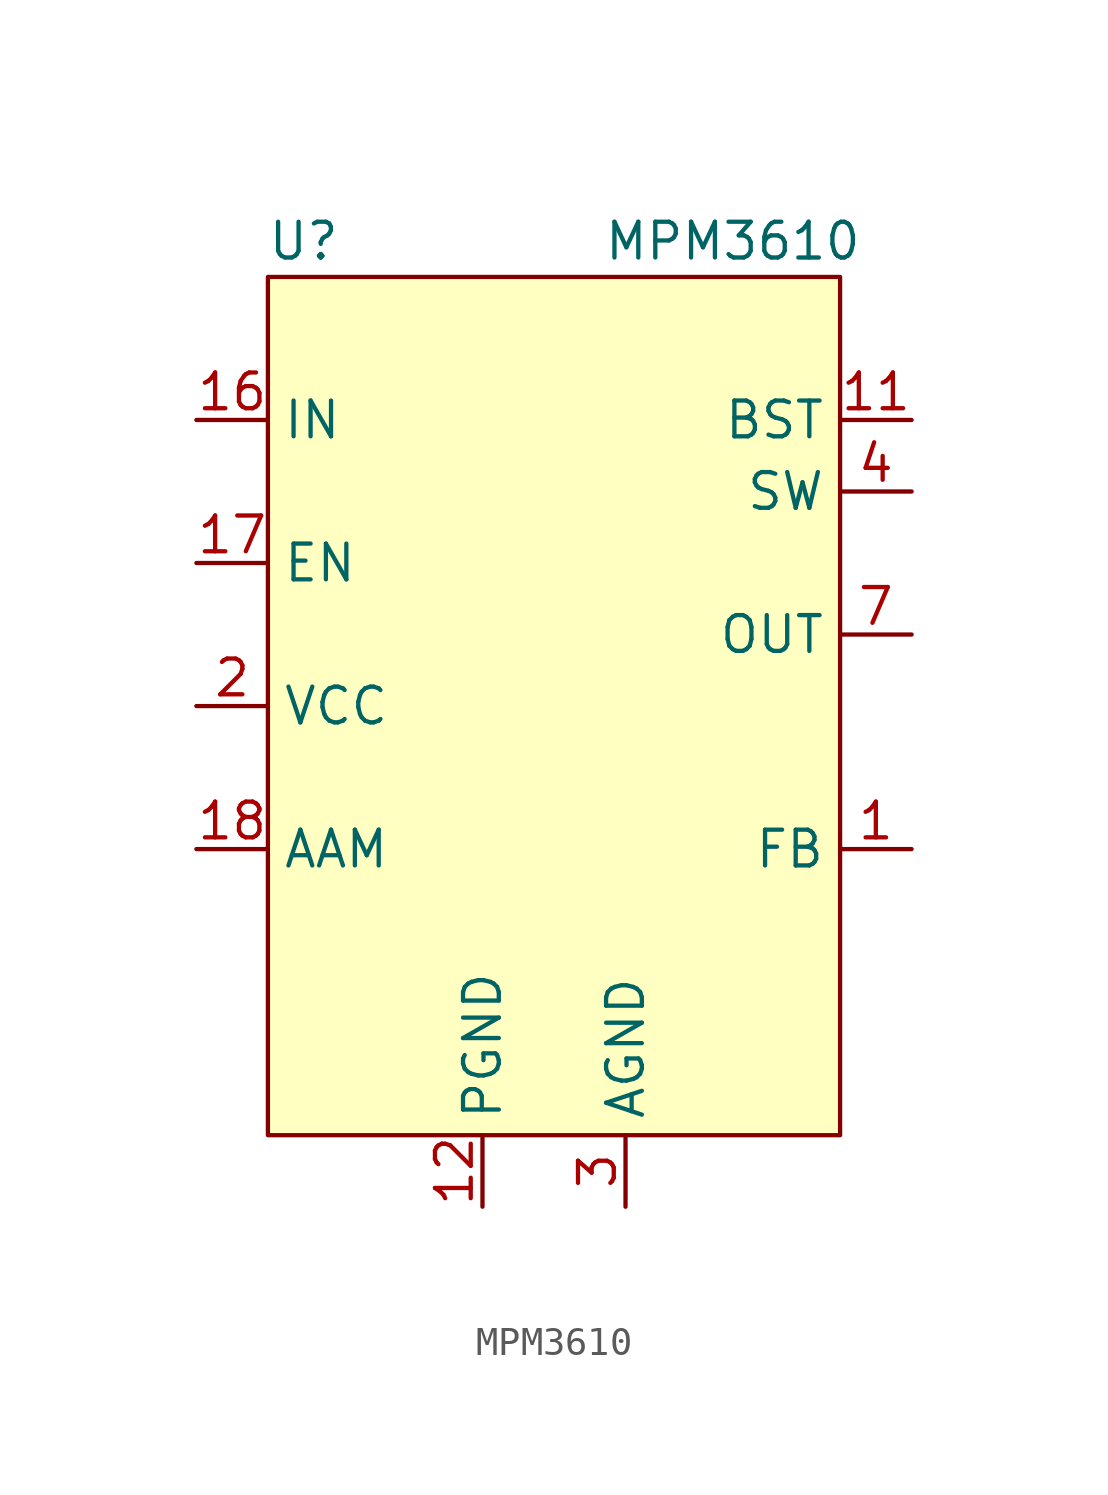
<source format=kicad_sym>
(kicad_symbol_lib
  (version 20201005)
  (generator kicad_symbol_editor)
  (symbol "Converter_DCDC_U:MPM3610"
    (property "Reference" "U"
      (at -8.89 13.97 0)
      (effects (font (size 1.27 1.27))))
    (property "Value" "MPM3610"
      (at 6.35 13.97 0)
      (effects (font (size 1.27 1.27))))
    (symbol "MPM3610_0_1"
      (rectangle (start -10.16 12.7) (end 10.16 -17.78) (stroke (width 0)) (fill (type background))))
    (symbol "MPM3610_1_1"
      (pin input line (at 12.7 7.62 180) (length 2.54) (name "BST" (effects (font (size 1.27 1.27)))) (number "11" (effects (font (size 1.27 1.27)))))
      (pin output line (at 12.7 5.08 180) (length 2.54) (name "SW" (effects (font (size 1.27 1.27)))) (number "4" (effects (font (size 1.27 1.27)))))
      (pin power_out line (at 12.7 0 180) (length 2.54) (name "OUT" (effects (font (size 1.27 1.27)))) (number "7" (effects (font (size 1.27 1.27)))))
      (pin input line (at 12.7 -7.62 180) (length 2.54) (name "FB" (effects (font (size 1.27 1.27)))) (number "1" (effects (font (size 1.27 1.27)))))
      (pin no_connect line (at 10.16 -12.7 180) (length 2.54) hide (name "NC" (effects (font (size 1.27 1.27)))) (number "10" (effects (font (size 1.27 1.27)))))
      (pin power_in line (at -12.7 7.62 0) (length 2.54) (name "IN" (effects (font (size 1.27 1.27)))) (number "16" (effects (font (size 1.27 1.27)))))
      (pin input line (at -12.7 2.54 0) (length 2.54) (name "EN" (effects (font (size 1.27 1.27)))) (number "17" (effects (font (size 1.27 1.27)))))
      (pin power_out line (at -12.7 -2.54 0) (length 2.54) (name "VCC" (effects (font (size 1.27 1.27)))) (number "2" (effects (font (size 1.27 1.27)))))
      (pin input line (at -12.7 -7.62 0) (length 2.54) (name "AAM" (effects (font (size 1.27 1.27)))) (number "18" (effects (font (size 1.27 1.27)))))
      (pin input line (at -2.54 -20.32 90) (length 2.54) (name "PGND" (effects (font (size 1.27 1.27)))) (number "12" (effects (font (size 1.27 1.27)))))
      (pin input line (at 2.54 -20.32 90) (length 2.54) (name "AGND" (effects (font (size 1.27 1.27)))) (number "3" (effects (font (size 1.27 1.27)))))
      (pin input line (at -2.54 -20.32 90) (length 2.54) hide (name "PGND" (effects (font (size 1.27 1.27)))) (number "13" (effects (font (size 1.27 1.27)))))
      (pin input line (at -2.54 -20.32 90) (length 2.54) hide (name "PGND" (effects (font (size 1.27 1.27)))) (number "14" (effects (font (size 1.27 1.27)))))
      (pin output line (at 12.7 5.08 180) (length 2.54) hide (name "SW" (effects (font (size 1.27 1.27)))) (number "5" (effects (font (size 1.27 1.27)))))
      (pin output line (at 12.7 5.08 180) (length 2.54) hide (name "SW" (effects (font (size 1.27 1.27)))) (number "6" (effects (font (size 1.27 1.27)))))
      (pin power_out line (at 12.7 0 180) (length 2.54) hide (name "OUT" (effects (font (size 1.27 1.27)))) (number "8" (effects (font (size 1.27 1.27)))))
      (pin power_out line (at 12.7 0 180) (length 2.54) hide (name "OUT" (effects (font (size 1.27 1.27)))) (number "9" (effects (font (size 1.27 1.27)))))
      (pin no_connect line (at 10.16 -10.16 180) (length 2.54) hide (name "NC" (effects (font (size 1.27 1.27)))) (number "15" (effects (font (size 1.27 1.27))))))))
</source>
